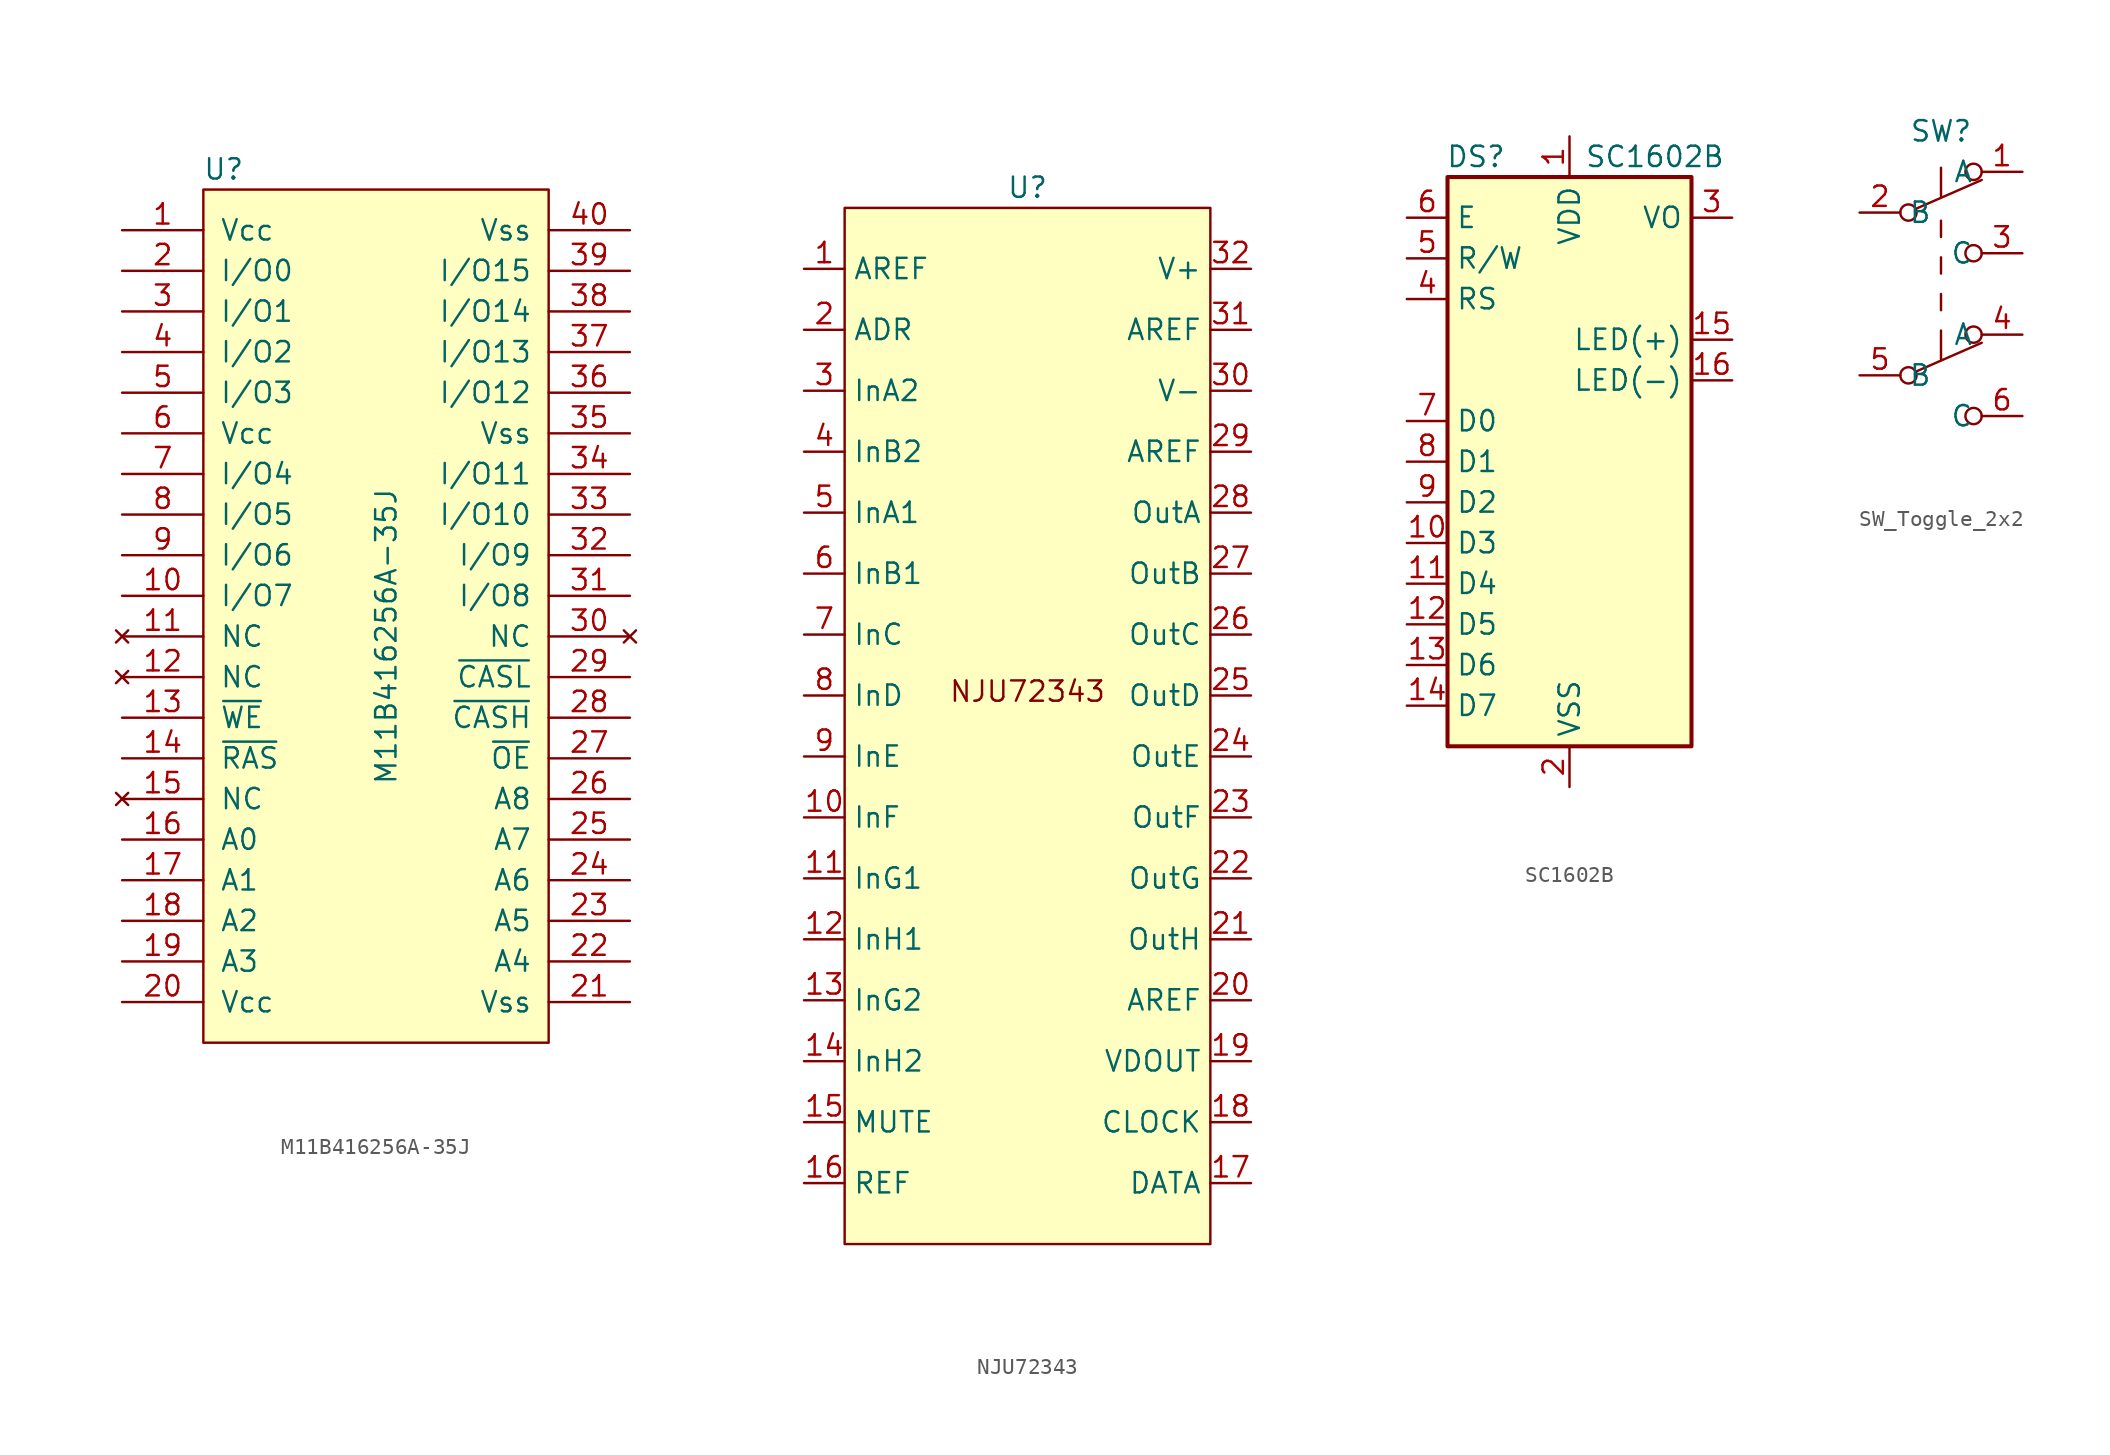
<source format=kicad_sym>
(kicad_symbol_lib
  (version 20241209)
  (generator "kicad_symbol_editor")
  (generator_version "9.0")
  (symbol "M11B416256A-35J"
    (pin_names
      (offset 1.016))
    (property "Reference" "U"
      (at -10.16 29.21 0)
      (effects (font (size 1.27 1.27))))
    (property "Value" "M11B416256A-35J"
      (at 0 0 90)
      (effects (font (size 1.27 1.27))))
    (symbol "M11B416256A-35J_0_1"
      (rectangle (start -11.43 27.94) (end 10.16 -25.4) (stroke (width 0) (type solid)) (fill (type background))))
    (symbol "M11B416256A-35J_1_1"
      (pin power_in line (at -16.51 25.4 0) (length 5.08) (name "Vcc" (effects (font (size 1.27 1.27)))) (number "1" (effects (font (size 1.27 1.27)))))
      (pin bidirectional line (at -16.51 22.86 0) (length 5.08) (name "I/O0" (effects (font (size 1.27 1.27)))) (number "2" (effects (font (size 1.27 1.27)))))
      (pin bidirectional line (at -16.51 20.32 0) (length 5.08) (name "I/O1" (effects (font (size 1.27 1.27)))) (number "3" (effects (font (size 1.27 1.27)))))
      (pin bidirectional line (at -16.51 17.78 0) (length 5.08) (name "I/O2" (effects (font (size 1.27 1.27)))) (number "4" (effects (font (size 1.27 1.27)))))
      (pin bidirectional line (at -16.51 15.24 0) (length 5.08) (name "I/O3" (effects (font (size 1.27 1.27)))) (number "5" (effects (font (size 1.27 1.27)))))
      (pin power_in line (at -16.51 12.7 0) (length 5.08) (name "Vcc" (effects (font (size 1.27 1.27)))) (number "6" (effects (font (size 1.27 1.27)))))
      (pin bidirectional line (at -16.51 10.16 0) (length 5.08) (name "I/O4" (effects (font (size 1.27 1.27)))) (number "7" (effects (font (size 1.27 1.27)))))
      (pin bidirectional line (at -16.51 7.62 0) (length 5.08) (name "I/O5" (effects (font (size 1.27 1.27)))) (number "8" (effects (font (size 1.27 1.27)))))
      (pin bidirectional line (at -16.51 5.08 0) (length 5.08) (name "I/O6" (effects (font (size 1.27 1.27)))) (number "9" (effects (font (size 1.27 1.27)))))
      (pin bidirectional line (at -16.51 2.54 0) (length 5.08) (name "I/O7" (effects (font (size 1.27 1.27)))) (number "10" (effects (font (size 1.27 1.27)))))
      (pin no_connect line (at -16.51 0 0) (length 5.08) (name "NC" (effects (font (size 1.27 1.27)))) (number "11" (effects (font (size 1.27 1.27)))))
      (pin no_connect line (at -16.51 -2.54 0) (length 5.08) (name "NC" (effects (font (size 1.27 1.27)))) (number "12" (effects (font (size 1.27 1.27)))))
      (pin input line (at -16.51 -5.08 0) (length 5.08) (name "~{WE}" (effects (font (size 1.27 1.27)))) (number "13" (effects (font (size 1.27 1.27)))))
      (pin input line (at -16.51 -7.62 0) (length 5.08) (name "~{RAS}" (effects (font (size 1.27 1.27)))) (number "14" (effects (font (size 1.27 1.27)))))
      (pin no_connect line (at -16.51 -10.16 0) (length 5.08) (name "NC" (effects (font (size 1.27 1.27)))) (number "15" (effects (font (size 1.27 1.27)))))
      (pin input line (at -16.51 -12.7 0) (length 5.08) (name "A0" (effects (font (size 1.27 1.27)))) (number "16" (effects (font (size 1.27 1.27)))))
      (pin input line (at -16.51 -15.24 0) (length 5.08) (name "A1" (effects (font (size 1.27 1.27)))) (number "17" (effects (font (size 1.27 1.27)))))
      (pin input line (at -16.51 -17.78 0) (length 5.08) (name "A2" (effects (font (size 1.27 1.27)))) (number "18" (effects (font (size 1.27 1.27)))))
      (pin input line (at -16.51 -20.32 0) (length 5.08) (name "A3" (effects (font (size 1.27 1.27)))) (number "19" (effects (font (size 1.27 1.27)))))
      (pin power_in line (at -16.51 -22.86 0) (length 5.08) (name "Vcc" (effects (font (size 1.27 1.27)))) (number "20" (effects (font (size 1.27 1.27)))))
      (pin power_in line (at 15.24 25.4 180) (length 5.08) (name "Vss" (effects (font (size 1.27 1.27)))) (number "40" (effects (font (size 1.27 1.27)))))
      (pin bidirectional line (at 15.24 22.86 180) (length 5.08) (name "I/O15" (effects (font (size 1.27 1.27)))) (number "39" (effects (font (size 1.27 1.27)))))
      (pin bidirectional line (at 15.24 20.32 180) (length 5.08) (name "I/O14" (effects (font (size 1.27 1.27)))) (number "38" (effects (font (size 1.27 1.27)))))
      (pin bidirectional line (at 15.24 17.78 180) (length 5.08) (name "I/O13" (effects (font (size 1.27 1.27)))) (number "37" (effects (font (size 1.27 1.27)))))
      (pin bidirectional line (at 15.24 15.24 180) (length 5.08) (name "I/O12" (effects (font (size 1.27 1.27)))) (number "36" (effects (font (size 1.27 1.27)))))
      (pin power_in line (at 15.24 12.7 180) (length 5.08) (name "Vss" (effects (font (size 1.27 1.27)))) (number "35" (effects (font (size 1.27 1.27)))))
      (pin bidirectional line (at 15.24 10.16 180) (length 5.08) (name "I/O11" (effects (font (size 1.27 1.27)))) (number "34" (effects (font (size 1.27 1.27)))))
      (pin bidirectional line (at 15.24 7.62 180) (length 5.08) (name "I/O10" (effects (font (size 1.27 1.27)))) (number "33" (effects (font (size 1.27 1.27)))))
      (pin bidirectional line (at 15.24 5.08 180) (length 5.08) (name "I/O9" (effects (font (size 1.27 1.27)))) (number "32" (effects (font (size 1.27 1.27)))))
      (pin bidirectional line (at 15.24 2.54 180) (length 5.08) (name "I/O8" (effects (font (size 1.27 1.27)))) (number "31" (effects (font (size 1.27 1.27)))))
      (pin no_connect line (at 15.24 0 180) (length 5.08) (name "NC" (effects (font (size 1.27 1.27)))) (number "30" (effects (font (size 1.27 1.27)))))
      (pin input line (at 15.24 -2.54 180) (length 5.08) (name "~{CASL}" (effects (font (size 1.27 1.27)))) (number "29" (effects (font (size 1.27 1.27)))))
      (pin input line (at 15.24 -5.08 180) (length 5.08) (name "~{CASH}" (effects (font (size 1.27 1.27)))) (number "28" (effects (font (size 1.27 1.27)))))
      (pin input line (at 15.24 -7.62 180) (length 5.08) (name "~{OE}" (effects (font (size 1.27 1.27)))) (number "27" (effects (font (size 1.27 1.27)))))
      (pin input line (at 15.24 -10.16 180) (length 5.08) (name "A8" (effects (font (size 1.27 1.27)))) (number "26" (effects (font (size 1.27 1.27)))))
      (pin input line (at 15.24 -12.7 180) (length 5.08) (name "A7" (effects (font (size 1.27 1.27)))) (number "25" (effects (font (size 1.27 1.27)))))
      (pin input line (at 15.24 -15.24 180) (length 5.08) (name "A6" (effects (font (size 1.27 1.27)))) (number "24" (effects (font (size 1.27 1.27)))))
      (pin input line (at 15.24 -17.78 180) (length 5.08) (name "A5" (effects (font (size 1.27 1.27)))) (number "23" (effects (font (size 1.27 1.27)))))
      (pin input line (at 15.24 -20.32 180) (length 5.08) (name "A4" (effects (font (size 1.27 1.27)))) (number "22" (effects (font (size 1.27 1.27)))))
      (pin power_in line (at 15.24 -22.86 180) (length 5.08) (name "Vss" (effects (font (size 1.27 1.27)))) (number "21" (effects (font (size 1.27 1.27)))))))
  (symbol "NJU72343"
    (property "Reference" "U"
      (at 0 0 0)
      (effects (font (size 1.27 1.27))))
    (property "Value" ""
      (at 0 0 0)
      (effects (font (size 1.27 1.27))))
    (symbol "NJU72343_1_1"
      (rectangle (start -11.43 -1.27) (end 11.43 -66.04) (stroke (width 0) (type solid)) (fill (type background)))
      (text "NJU72343" (at 0 -31.496 0) (effects (font (size 1.27 1.27))))
      (pin input line (at -13.97 -5.08 0) (length 2.54) (name "AREF" (effects (font (size 1.27 1.27)))) (number "1" (effects (font (size 1.27 1.27)))))
      (pin input line (at -13.97 -8.89 0) (length 2.54) (name "ADR" (effects (font (size 1.27 1.27)))) (number "2" (effects (font (size 1.27 1.27)))))
      (pin input line (at -13.97 -12.7 0) (length 2.54) (name "InA2" (effects (font (size 1.27 1.27)))) (number "3" (effects (font (size 1.27 1.27)))))
      (pin input line (at -13.97 -16.51 0) (length 2.54) (name "InB2" (effects (font (size 1.27 1.27)))) (number "4" (effects (font (size 1.27 1.27)))))
      (pin input line (at -13.97 -20.32 0) (length 2.54) (name "InA1" (effects (font (size 1.27 1.27)))) (number "5" (effects (font (size 1.27 1.27)))))
      (pin input line (at -13.97 -24.13 0) (length 2.54) (name "InB1" (effects (font (size 1.27 1.27)))) (number "6" (effects (font (size 1.27 1.27)))))
      (pin input line (at -13.97 -27.94 0) (length 2.54) (name "InC" (effects (font (size 1.27 1.27)))) (number "7" (effects (font (size 1.27 1.27)))))
      (pin input line (at -13.97 -31.75 0) (length 2.54) (name "InD" (effects (font (size 1.27 1.27)))) (number "8" (effects (font (size 1.27 1.27)))))
      (pin input line (at -13.97 -35.56 0) (length 2.54) (name "InE" (effects (font (size 1.27 1.27)))) (number "9" (effects (font (size 1.27 1.27)))))
      (pin input line (at -13.97 -39.37 0) (length 2.54) (name "InF" (effects (font (size 1.27 1.27)))) (number "10" (effects (font (size 1.27 1.27)))))
      (pin input line (at -13.97 -43.18 0) (length 2.54) (name "InG1" (effects (font (size 1.27 1.27)))) (number "11" (effects (font (size 1.27 1.27)))))
      (pin input line (at -13.97 -46.99 0) (length 2.54) (name "InH1" (effects (font (size 1.27 1.27)))) (number "12" (effects (font (size 1.27 1.27)))))
      (pin input line (at -13.97 -50.8 0) (length 2.54) (name "InG2" (effects (font (size 1.27 1.27)))) (number "13" (effects (font (size 1.27 1.27)))))
      (pin input line (at -13.97 -54.61 0) (length 2.54) (name "InH2" (effects (font (size 1.27 1.27)))) (number "14" (effects (font (size 1.27 1.27)))))
      (pin input line (at -13.97 -58.42 0) (length 2.54) (name "MUTE" (effects (font (size 1.27 1.27)))) (number "15" (effects (font (size 1.27 1.27)))))
      (pin input line (at -13.97 -62.23 0) (length 2.54) (name "REF" (effects (font (size 1.27 1.27)))) (number "16" (effects (font (size 1.27 1.27)))))
      (pin power_in line (at 13.97 -5.08 180) (length 2.54) (name "V+" (effects (font (size 1.27 1.27)))) (number "32" (effects (font (size 1.27 1.27)))))
      (pin input line (at 13.97 -8.89 180) (length 2.54) (name "AREF" (effects (font (size 1.27 1.27)))) (number "31" (effects (font (size 1.27 1.27)))))
      (pin power_in line (at 13.97 -12.7 180) (length 2.54) (name "V-" (effects (font (size 1.27 1.27)))) (number "30" (effects (font (size 1.27 1.27)))))
      (pin input line (at 13.97 -16.51 180) (length 2.54) (name "AREF" (effects (font (size 1.27 1.27)))) (number "29" (effects (font (size 1.27 1.27)))))
      (pin output line (at 13.97 -20.32 180) (length 2.54) (name "OutA" (effects (font (size 1.27 1.27)))) (number "28" (effects (font (size 1.27 1.27)))))
      (pin output line (at 13.97 -24.13 180) (length 2.54) (name "OutB" (effects (font (size 1.27 1.27)))) (number "27" (effects (font (size 1.27 1.27)))))
      (pin output line (at 13.97 -27.94 180) (length 2.54) (name "OutC" (effects (font (size 1.27 1.27)))) (number "26" (effects (font (size 1.27 1.27)))))
      (pin output line (at 13.97 -31.75 180) (length 2.54) (name "OutD" (effects (font (size 1.27 1.27)))) (number "25" (effects (font (size 1.27 1.27)))))
      (pin output line (at 13.97 -35.56 180) (length 2.54) (name "OutE" (effects (font (size 1.27 1.27)))) (number "24" (effects (font (size 1.27 1.27)))))
      (pin output line (at 13.97 -39.37 180) (length 2.54) (name "OutF" (effects (font (size 1.27 1.27)))) (number "23" (effects (font (size 1.27 1.27)))))
      (pin output line (at 13.97 -43.18 180) (length 2.54) (name "OutG" (effects (font (size 1.27 1.27)))) (number "22" (effects (font (size 1.27 1.27)))))
      (pin output line (at 13.97 -46.99 180) (length 2.54) (name "OutH" (effects (font (size 1.27 1.27)))) (number "21" (effects (font (size 1.27 1.27)))))
      (pin input line (at 13.97 -50.8 180) (length 2.54) (name "AREF" (effects (font (size 1.27 1.27)))) (number "20" (effects (font (size 1.27 1.27)))))
      (pin output line (at 13.97 -54.61 180) (length 2.54) (name "VDOUT" (effects (font (size 1.27 1.27)))) (number "19" (effects (font (size 1.27 1.27)))))
      (pin input line (at 13.97 -58.42 180) (length 2.54) (name "CLOCK" (effects (font (size 1.27 1.27)))) (number "18" (effects (font (size 1.27 1.27)))))
      (pin input line (at 13.97 -62.23 180) (length 2.54) (name "DATA" (effects (font (size 1.27 1.27)))) (number "17" (effects (font (size 1.27 1.27)))))))
  (symbol "SC1602B"
    (property "Reference" "DS"
      (at -5.842 19.05 0)
      (effects (font (size 1.27 1.27))))
    (property "Value" "SC1602B"
      (at 5.334 19.05 0)
      (effects (font (size 1.27 1.27))))
    (symbol "SC1602B_1_1"
      (rectangle (start -7.62 17.78) (end 7.62 -17.78) (stroke (width 0.254) (type default)) (fill (type background)))
      (pin input line (at -10.16 15.24 0) (length 2.54) (name "E" (effects (font (size 1.27 1.27)))) (number "6" (effects (font (size 1.27 1.27)))))
      (pin input line (at -10.16 12.7 0) (length 2.54) (name "R/W" (effects (font (size 1.27 1.27)))) (number "5" (effects (font (size 1.27 1.27)))))
      (pin input line (at -10.16 10.16 0) (length 2.54) (name "RS" (effects (font (size 1.27 1.27)))) (number "4" (effects (font (size 1.27 1.27)))))
      (pin input line (at -10.16 2.54 0) (length 2.54) (name "D0" (effects (font (size 1.27 1.27)))) (number "7" (effects (font (size 1.27 1.27)))))
      (pin input line (at -10.16 0 0) (length 2.54) (name "D1" (effects (font (size 1.27 1.27)))) (number "8" (effects (font (size 1.27 1.27)))))
      (pin input line (at -10.16 -2.54 0) (length 2.54) (name "D2" (effects (font (size 1.27 1.27)))) (number "9" (effects (font (size 1.27 1.27)))))
      (pin input line (at -10.16 -5.08 0) (length 2.54) (name "D3" (effects (font (size 1.27 1.27)))) (number "10" (effects (font (size 1.27 1.27)))))
      (pin input line (at -10.16 -7.62 0) (length 2.54) (name "D4" (effects (font (size 1.27 1.27)))) (number "11" (effects (font (size 1.27 1.27)))))
      (pin input line (at -10.16 -10.16 0) (length 2.54) (name "D5" (effects (font (size 1.27 1.27)))) (number "12" (effects (font (size 1.27 1.27)))))
      (pin input line (at -10.16 -12.7 0) (length 2.54) (name "D6" (effects (font (size 1.27 1.27)))) (number "13" (effects (font (size 1.27 1.27)))))
      (pin input line (at -10.16 -15.24 0) (length 2.54) (name "D7" (effects (font (size 1.27 1.27)))) (number "14" (effects (font (size 1.27 1.27)))))
      (pin power_in line (at 0 20.32 270) (length 2.54) (name "VDD" (effects (font (size 1.27 1.27)))) (number "1" (effects (font (size 1.27 1.27)))))
      (pin power_in line (at 0 -20.32 90) (length 2.54) (name "VSS" (effects (font (size 1.27 1.27)))) (number "2" (effects (font (size 1.27 1.27)))))
      (pin input line (at 10.16 15.24 180) (length 2.54) (name "VO" (effects (font (size 1.27 1.27)))) (number "3" (effects (font (size 1.27 1.27)))))
      (pin input line (at 10.16 7.62 180) (length 2.54) (name "LED(+)" (effects (font (size 1.27 1.27)))) (number "15" (effects (font (size 1.27 1.27)))))
      (pin output line (at 10.16 5.08 180) (length 2.54) (name "LED(-)" (effects (font (size 1.27 1.27)))) (number "16" (effects (font (size 1.27 1.27)))))))
  (symbol "SW_Toggle_2x2"
    (property "Reference" "SW"
      (at 0 0 0)
      (effects (font (size 1.27 1.27))))
    (property "Value" ""
      (at 0 0 0)
      (effects (font (size 1.27 1.27))))
    (symbol "SW_Toggle_2x2_0_0"
      (circle (center -2.032 -5.08) (radius 0.508) (stroke (width 0) (type default)) (fill (type none)))
      (circle (center -2.032 -15.24) (radius 0.508) (stroke (width 0) (type default)) (fill (type none)))
      (circle (center 2.032 -7.62) (radius 0.508) (stroke (width 0) (type default)) (fill (type none)))
      (circle (center 2.032 -17.78) (radius 0.508) (stroke (width 0) (type default)) (fill (type none))))
    (symbol "SW_Toggle_2x2_0_1"
      (polyline (pts (xy -1.524 -4.826) (xy 2.54 -3.048)) (stroke (width 0) (type default)) (fill (type none)))
      (polyline (pts (xy -1.524 -14.986) (xy 2.54 -13.208)) (stroke (width 0) (type default)) (fill (type none)))
      (polyline (pts (xy 0 -2.286) (xy 0 -4.064)) (stroke (width 0) (type default)) (fill (type none)))
      (polyline (pts (xy 0 -6.604) (xy 0 -5.588)) (stroke (width 0) (type default)) (fill (type none)))
      (polyline (pts (xy 0 -8.89) (xy 0 -7.874)) (stroke (width 0) (type default)) (fill (type none)))
      (polyline (pts (xy 0 -11.176) (xy 0 -10.16)) (stroke (width 0) (type default)) (fill (type none)))
      (polyline (pts (xy 0 -12.446) (xy 0 -14.224)) (stroke (width 0) (type default)) (fill (type none)))
      (circle (center 2.032 -2.54) (radius 0.508) (stroke (width 0) (type default)) (fill (type none)))
      (circle (center 2.032 -12.7) (radius 0.508) (stroke (width 0) (type default)) (fill (type none))))
    (symbol "SW_Toggle_2x2_1_1"
      (pin passive line (at -5.08 -5.08 0) (length 2.54) (name "B" (effects (font (size 1.27 1.27)))) (number "2" (effects (font (size 1.27 1.27)))))
      (pin passive line (at -5.08 -15.24 0) (length 2.54) (name "B" (effects (font (size 1.27 1.27)))) (number "5" (effects (font (size 1.27 1.27)))))
      (pin no_connect non_logic (at -3.81 -1.27 90) (length 2.54) (hide yes) (name "" (effects (font (size 1.27 1.27)))) (number "7" (effects (font (size 1.27 1.27)))))
      (pin no_connect non_logic (at -3.81 -17.78 270) (length 2.54) (hide yes) (name "" (effects (font (size 1.27 1.27)))) (number "8" (effects (font (size 1.27 1.27)))))
      (pin passive line (at 5.08 -2.54 180) (length 2.54) (name "A" (effects (font (size 1.27 1.27)))) (number "1" (effects (font (size 1.27 1.27)))))
      (pin passive line (at 5.08 -7.62 180) (length 2.54) (name "C" (effects (font (size 1.27 1.27)))) (number "3" (effects (font (size 1.27 1.27)))))
      (pin passive line (at 5.08 -12.7 180) (length 2.54) (name "A" (effects (font (size 1.27 1.27)))) (number "4" (effects (font (size 1.27 1.27)))))
      (pin passive line (at 5.08 -17.78 180) (length 2.54) (name "C" (effects (font (size 1.27 1.27)))) (number "6" (effects (font (size 1.27 1.27))))))))
</source>
